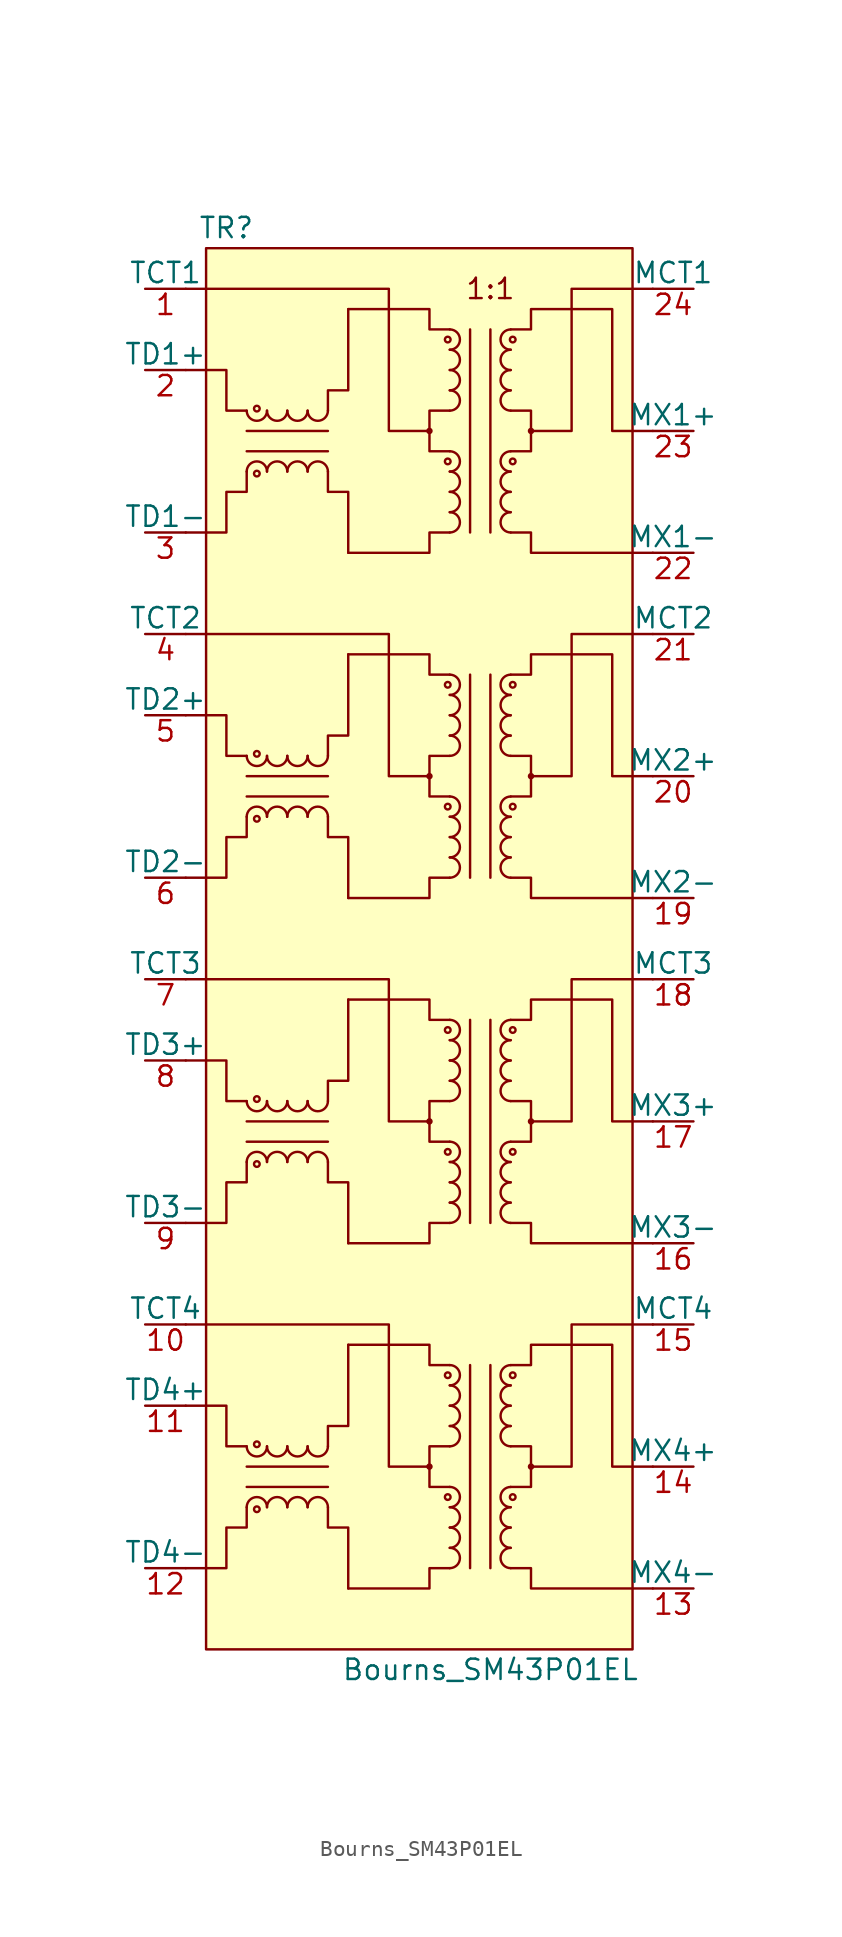
<source format=kicad_sym>
(kicad_symbol_lib
  (version 20231120)
  (generator "kicad_symbol_editor")
  (generator_version "8.0")
  (symbol "Bourns_SM43P01EL"
    (pin_names
      (offset 0))
    (property "Reference" "TR"
      (at -12.7 44.45 0)
      (effects (font (size 1.27 1.27))))
    (property "Value" "Bourns_SM43P01EL"
      (at 3.81 -45.72 0)
      (effects (font (size 1.27 1.27))))
    (symbol "Bourns_SM43P01EL_0_0"
      (rectangle (start -13.97 43.18) (end 12.7 -44.45) (stroke (width 0) (type default)) (fill (type background)))
      (text "1:1" (at 3.81 40.64 0) (effects (font (size 1.27 1.27)))))
    (symbol "Bourns_SM43P01EL_0_1"
      (circle (center 0 -33.02) (radius 0.127) (stroke (width 0) (type default)) (fill (type none)))
      (circle (center 0 -11.43) (radius 0.127) (stroke (width 0) (type default)) (fill (type none)))
      (polyline (pts (xy -6.35 -34.29) (xy -11.43 -34.29)) (stroke (width 0) (type default)) (fill (type none)))
      (polyline (pts (xy -6.35 -33.02) (xy -11.43 -33.02)) (stroke (width 0) (type default)) (fill (type none)))
      (polyline (pts (xy -6.35 -12.7) (xy -11.43 -12.7)) (stroke (width 0) (type default)) (fill (type none)))
      (polyline (pts (xy -6.35 -11.43) (xy -11.43 -11.43)) (stroke (width 0) (type default)) (fill (type none)))
      (polyline (pts (xy -6.35 8.89) (xy -11.43 8.89)) (stroke (width 0) (type default)) (fill (type none)))
      (polyline (pts (xy -6.35 10.16) (xy -11.43 10.16)) (stroke (width 0) (type default)) (fill (type none)))
      (polyline (pts (xy -6.35 30.48) (xy -11.43 30.48)) (stroke (width 0) (type default)) (fill (type none)))
      (polyline (pts (xy -6.35 31.75) (xy -11.43 31.75)) (stroke (width 0) (type default)) (fill (type none)))
      (polyline (pts (xy 2.54 -39.37) (xy 2.54 -26.67)) (stroke (width 0) (type default)) (fill (type none)))
      (polyline (pts (xy 2.54 -17.78) (xy 2.54 -5.08)) (stroke (width 0) (type default)) (fill (type none)))
      (polyline (pts (xy 2.54 3.81) (xy 2.54 16.51)) (stroke (width 0) (type default)) (fill (type none)))
      (polyline (pts (xy 2.54 25.4) (xy 2.54 38.1)) (stroke (width 0) (type default)) (fill (type none)))
      (polyline (pts (xy 3.81 -39.37) (xy 3.81 -26.67)) (stroke (width 0) (type default)) (fill (type none)))
      (polyline (pts (xy 3.81 -17.78) (xy 3.81 -5.08)) (stroke (width 0) (type default)) (fill (type none)))
      (polyline (pts (xy 3.81 3.81) (xy 3.81 16.51)) (stroke (width 0) (type default)) (fill (type none)))
      (polyline (pts (xy 3.81 25.4) (xy 3.81 38.1)) (stroke (width 0) (type default)) (fill (type none)))
      (polyline (pts (xy -11.43 -31.75) (xy -12.7 -31.75) (xy -12.7 -29.21) (xy -15.24 -29.21)) (stroke (width 0) (type default)) (fill (type none)))
      (polyline (pts (xy -11.43 -10.16) (xy -12.7 -10.16) (xy -12.7 -7.62) (xy -15.24 -7.62)) (stroke (width 0) (type default)) (fill (type none)))
      (polyline (pts (xy -11.43 11.43) (xy -12.7 11.43) (xy -12.7 13.97) (xy -15.24 13.97)) (stroke (width 0) (type default)) (fill (type none)))
      (polyline (pts (xy -11.43 33.02) (xy -12.7 33.02) (xy -12.7 35.56) (xy -15.24 35.56)) (stroke (width 0) (type default)) (fill (type none)))
      (polyline (pts (xy -6.35 -35.56) (xy -6.35 -36.83) (xy -5.08 -36.83) (xy -5.08 -40.64)) (stroke (width 0) (type default)) (fill (type none)))
      (polyline (pts (xy -6.35 -31.75) (xy -6.35 -30.48) (xy -5.08 -30.48) (xy -5.08 -25.4)) (stroke (width 0) (type default)) (fill (type none)))
      (polyline (pts (xy -6.35 -13.97) (xy -6.35 -15.24) (xy -5.08 -15.24) (xy -5.08 -19.05)) (stroke (width 0) (type default)) (fill (type none)))
      (polyline (pts (xy -6.35 -10.16) (xy -6.35 -8.89) (xy -5.08 -8.89) (xy -5.08 -3.81)) (stroke (width 0) (type default)) (fill (type none)))
      (polyline (pts (xy -6.35 7.62) (xy -6.35 6.35) (xy -5.08 6.35) (xy -5.08 2.54)) (stroke (width 0) (type default)) (fill (type none)))
      (polyline (pts (xy -6.35 11.43) (xy -6.35 12.7) (xy -5.08 12.7) (xy -5.08 17.78)) (stroke (width 0) (type default)) (fill (type none)))
      (polyline (pts (xy -6.35 29.21) (xy -6.35 27.94) (xy -5.08 27.94) (xy -5.08 24.13)) (stroke (width 0) (type default)) (fill (type none)))
      (polyline (pts (xy -6.35 33.02) (xy -6.35 34.29) (xy -5.08 34.29) (xy -5.08 39.37)) (stroke (width 0) (type default)) (fill (type none)))
      (polyline (pts (xy 0 -33.02) (xy -2.54 -33.02) (xy -2.54 -24.13) (xy -15.24 -24.13)) (stroke (width 0) (type default)) (fill (type none)))
      (polyline (pts (xy 0 -11.43) (xy -2.54 -11.43) (xy -2.54 -2.54) (xy -15.24 -2.54)) (stroke (width 0) (type default)) (fill (type none)))
      (polyline (pts (xy 0 10.16) (xy -2.54 10.16) (xy -2.54 19.05) (xy -15.24 19.05)) (stroke (width 0) (type default)) (fill (type none)))
      (polyline (pts (xy 0 31.75) (xy -2.54 31.75) (xy -2.54 40.64) (xy -15.24 40.64)) (stroke (width 0) (type default)) (fill (type none)))
      (polyline (pts (xy 1.27 -39.37) (xy 0 -39.37) (xy 0 -40.64) (xy -5.08 -40.64)) (stroke (width 0) (type default)) (fill (type none)))
      (polyline (pts (xy 1.27 -34.29) (xy 0 -34.29) (xy 0 -31.75) (xy 1.27 -31.75)) (stroke (width 0) (type default)) (fill (type none)))
      (polyline (pts (xy 1.27 -26.67) (xy 0 -26.67) (xy 0 -25.4) (xy -5.08 -25.4)) (stroke (width 0) (type default)) (fill (type none)))
      (polyline (pts (xy 1.27 -17.78) (xy 0 -17.78) (xy 0 -19.05) (xy -5.08 -19.05)) (stroke (width 0) (type default)) (fill (type none)))
      (polyline (pts (xy 1.27 -12.7) (xy 0 -12.7) (xy 0 -10.16) (xy 1.27 -10.16)) (stroke (width 0) (type default)) (fill (type none)))
      (polyline (pts (xy 1.27 -5.08) (xy 0 -5.08) (xy 0 -3.81) (xy -5.08 -3.81)) (stroke (width 0) (type default)) (fill (type none)))
      (polyline (pts (xy 1.27 3.81) (xy 0 3.81) (xy 0 2.54) (xy -5.08 2.54)) (stroke (width 0) (type default)) (fill (type none)))
      (polyline (pts (xy 1.27 8.89) (xy 0 8.89) (xy 0 11.43) (xy 1.27 11.43)) (stroke (width 0) (type default)) (fill (type none)))
      (polyline (pts (xy 1.27 16.51) (xy 0 16.51) (xy 0 17.78) (xy -5.08 17.78)) (stroke (width 0) (type default)) (fill (type none)))
      (polyline (pts (xy 1.27 25.4) (xy 0 25.4) (xy 0 24.13) (xy -5.08 24.13)) (stroke (width 0) (type default)) (fill (type none)))
      (polyline (pts (xy 1.27 30.48) (xy 0 30.48) (xy 0 33.02) (xy 1.27 33.02)) (stroke (width 0) (type default)) (fill (type none)))
      (polyline (pts (xy 1.27 38.1) (xy 0 38.1) (xy 0 39.37) (xy -5.08 39.37)) (stroke (width 0) (type default)) (fill (type none)))
      (polyline (pts (xy 5.08 -39.37) (xy 6.35 -39.37) (xy 6.35 -40.64) (xy 13.97 -40.64)) (stroke (width 0) (type default)) (fill (type none)))
      (polyline (pts (xy 5.08 -34.29) (xy 6.35 -34.29) (xy 6.35 -31.75) (xy 5.08 -31.75)) (stroke (width 0) (type default)) (fill (type none)))
      (polyline (pts (xy 5.08 -17.78) (xy 6.35 -17.78) (xy 6.35 -19.05) (xy 13.97 -19.05)) (stroke (width 0) (type default)) (fill (type none)))
      (polyline (pts (xy 5.08 -12.7) (xy 6.35 -12.7) (xy 6.35 -10.16) (xy 5.08 -10.16)) (stroke (width 0) (type default)) (fill (type none)))
      (polyline (pts (xy 5.08 3.81) (xy 6.35 3.81) (xy 6.35 2.54) (xy 13.97 2.54)) (stroke (width 0) (type default)) (fill (type none)))
      (polyline (pts (xy 5.08 8.89) (xy 6.35 8.89) (xy 6.35 11.43) (xy 5.08 11.43)) (stroke (width 0) (type default)) (fill (type none)))
      (polyline (pts (xy 5.08 25.4) (xy 6.35 25.4) (xy 6.35 24.13) (xy 13.97 24.13)) (stroke (width 0) (type default)) (fill (type none)))
      (polyline (pts (xy 5.08 30.48) (xy 6.35 30.48) (xy 6.35 33.02) (xy 5.08 33.02)) (stroke (width 0) (type default)) (fill (type none)))
      (polyline (pts (xy 6.35 -33.02) (xy 8.89 -33.02) (xy 8.89 -24.13) (xy 13.97 -24.13)) (stroke (width 0) (type default)) (fill (type none)))
      (polyline (pts (xy 6.35 -11.43) (xy 8.89 -11.43) (xy 8.89 -2.54) (xy 13.97 -2.54)) (stroke (width 0) (type default)) (fill (type none)))
      (polyline (pts (xy 6.35 10.16) (xy 8.89 10.16) (xy 8.89 19.05) (xy 13.97 19.05)) (stroke (width 0) (type default)) (fill (type none)))
      (polyline (pts (xy 6.35 31.75) (xy 8.89 31.75) (xy 8.89 40.64) (xy 13.97 40.64)) (stroke (width 0) (type default)) (fill (type none)))
      (polyline (pts (xy -11.43 -35.56) (xy -11.43 -36.83) (xy -12.7 -36.83) (xy -12.7 -39.37) (xy -15.24 -39.37)) (stroke (width 0) (type default)) (fill (type none)))
      (polyline (pts (xy -11.43 -13.97) (xy -11.43 -15.24) (xy -12.7 -15.24) (xy -12.7 -17.78) (xy -15.24 -17.78)) (stroke (width 0) (type default)) (fill (type none)))
      (polyline (pts (xy -11.43 7.62) (xy -11.43 6.35) (xy -12.7 6.35) (xy -12.7 3.81) (xy -15.24 3.81)) (stroke (width 0) (type default)) (fill (type none)))
      (polyline (pts (xy -11.43 29.21) (xy -11.43 27.94) (xy -12.7 27.94) (xy -12.7 25.4) (xy -15.24 25.4)) (stroke (width 0) (type default)) (fill (type none)))
      (polyline (pts (xy 5.08 -26.67) (xy 6.35 -26.67) (xy 6.35 -25.4) (xy 11.43 -25.4) (xy 11.43 -33.02) (xy 13.97 -33.02)) (stroke (width 0) (type default)) (fill (type none)))
      (polyline (pts (xy 5.08 -5.08) (xy 6.35 -5.08) (xy 6.35 -3.81) (xy 11.43 -3.81) (xy 11.43 -11.43) (xy 13.97 -11.43)) (stroke (width 0) (type default)) (fill (type none)))
      (polyline (pts (xy 5.08 16.51) (xy 6.35 16.51) (xy 6.35 17.78) (xy 11.43 17.78) (xy 11.43 10.16) (xy 13.97 10.16)) (stroke (width 0) (type default)) (fill (type none)))
      (polyline (pts (xy 5.08 38.1) (xy 6.35 38.1) (xy 6.35 39.37) (xy 11.43 39.37) (xy 11.43 31.75) (xy 13.97 31.75)) (stroke (width 0) (type default)) (fill (type none)))
      (circle (center 0 10.16) (radius 0.127) (stroke (width 0) (type default)) (fill (type none)))
      (circle (center 0 31.75) (radius 0.127) (stroke (width 0) (type default)) (fill (type none)))
      (circle (center 6.35 -33.02) (radius 0.127) (stroke (width 0) (type default)) (fill (type none)))
      (circle (center 6.35 -11.43) (radius 0.127) (stroke (width 0) (type default)) (fill (type none)))
      (circle (center 6.35 10.16) (radius 0.127) (stroke (width 0) (type default)) (fill (type none)))
      (circle (center 6.35 31.75) (radius 0.127) (stroke (width 0) (type default)) (fill (type none))))
    (symbol "Bourns_SM43P01EL_1_1"
      (arc (start -11.43 -31.75) (mid -10.795 -32.3822) (end -10.16 -31.75) (stroke (width 0) (type default)) (fill (type none)))
      (arc (start -11.43 -10.16) (mid -10.795 -10.7922) (end -10.16 -10.16) (stroke (width 0) (type default)) (fill (type none)))
      (arc (start -11.43 11.43) (mid -10.795 10.7977) (end -10.16 11.43) (stroke (width 0) (type default)) (fill (type none)))
      (arc (start -11.43 33.02) (mid -10.795 32.3877) (end -10.16 33.02) (stroke (width 0) (type default)) (fill (type none)))
      (circle (center -10.795 -35.687) (radius 0.178) (stroke (width 0) (type default)) (fill (type none)))
      (circle (center -10.795 -31.623) (radius 0.178) (stroke (width 0) (type default)) (fill (type none)))
      (circle (center -10.795 -14.097) (radius 0.178) (stroke (width 0) (type default)) (fill (type none)))
      (circle (center -10.795 -10.033) (radius 0.178) (stroke (width 0) (type default)) (fill (type none)))
      (circle (center -10.795 7.493) (radius 0.178) (stroke (width 0) (type default)) (fill (type none)))
      (circle (center -10.795 11.557) (radius 0.178) (stroke (width 0) (type default)) (fill (type none)))
      (circle (center -10.795 29.083) (radius 0.178) (stroke (width 0) (type default)) (fill (type none)))
      (circle (center -10.795 33.147) (radius 0.178) (stroke (width 0) (type default)) (fill (type none)))
      (arc (start -10.16 -35.56) (mid -10.795 -34.9277) (end -11.43 -35.56) (stroke (width 0) (type default)) (fill (type none)))
      (arc (start -10.16 -31.75) (mid -9.525 -32.3822) (end -8.89 -31.75) (stroke (width 0) (type default)) (fill (type none)))
      (arc (start -10.16 -13.97) (mid -10.795 -13.3377) (end -11.43 -13.97) (stroke (width 0) (type default)) (fill (type none)))
      (arc (start -10.16 -10.16) (mid -9.525 -10.7922) (end -8.89 -10.16) (stroke (width 0) (type default)) (fill (type none)))
      (arc (start -10.16 7.62) (mid -10.795 8.2522) (end -11.43 7.62) (stroke (width 0) (type default)) (fill (type none)))
      (arc (start -10.16 11.43) (mid -9.525 10.7977) (end -8.89 11.43) (stroke (width 0) (type default)) (fill (type none)))
      (arc (start -10.16 29.21) (mid -10.795 29.8422) (end -11.43 29.21) (stroke (width 0) (type default)) (fill (type none)))
      (arc (start -10.16 33.02) (mid -9.525 32.3877) (end -8.89 33.02) (stroke (width 0) (type default)) (fill (type none)))
      (arc (start -8.89 -35.56) (mid -9.525 -34.9277) (end -10.16 -35.56) (stroke (width 0) (type default)) (fill (type none)))
      (arc (start -8.89 -31.75) (mid -8.255 -32.3822) (end -7.62 -31.75) (stroke (width 0) (type default)) (fill (type none)))
      (arc (start -8.89 -13.97) (mid -9.525 -13.3377) (end -10.16 -13.97) (stroke (width 0) (type default)) (fill (type none)))
      (arc (start -8.89 -10.16) (mid -8.255 -10.7922) (end -7.62 -10.16) (stroke (width 0) (type default)) (fill (type none)))
      (arc (start -8.89 7.62) (mid -9.525 8.2522) (end -10.16 7.62) (stroke (width 0) (type default)) (fill (type none)))
      (arc (start -8.89 11.43) (mid -8.255 10.7977) (end -7.62 11.43) (stroke (width 0) (type default)) (fill (type none)))
      (arc (start -8.89 29.21) (mid -9.525 29.8422) (end -10.16 29.21) (stroke (width 0) (type default)) (fill (type none)))
      (arc (start -8.89 33.02) (mid -8.255 32.3877) (end -7.62 33.02) (stroke (width 0) (type default)) (fill (type none)))
      (arc (start -7.62 -35.56) (mid -8.255 -34.9277) (end -8.89 -35.56) (stroke (width 0) (type default)) (fill (type none)))
      (arc (start -7.62 -31.75) (mid -6.985 -32.3822) (end -6.35 -31.75) (stroke (width 0) (type default)) (fill (type none)))
      (arc (start -7.62 -13.97) (mid -8.255 -13.3377) (end -8.89 -13.97) (stroke (width 0) (type default)) (fill (type none)))
      (arc (start -7.62 -10.16) (mid -6.985 -10.7922) (end -6.35 -10.16) (stroke (width 0) (type default)) (fill (type none)))
      (arc (start -7.62 7.62) (mid -8.255 8.2522) (end -8.89 7.62) (stroke (width 0) (type default)) (fill (type none)))
      (arc (start -7.62 11.43) (mid -6.985 10.7977) (end -6.35 11.43) (stroke (width 0) (type default)) (fill (type none)))
      (arc (start -7.62 29.21) (mid -8.255 29.8422) (end -8.89 29.21) (stroke (width 0) (type default)) (fill (type none)))
      (arc (start -7.62 33.02) (mid -6.985 32.3877) (end -6.35 33.02) (stroke (width 0) (type default)) (fill (type none)))
      (arc (start -6.35 -35.56) (mid -6.985 -34.9277) (end -7.62 -35.56) (stroke (width 0) (type default)) (fill (type none)))
      (arc (start -6.35 -13.97) (mid -6.985 -13.3377) (end -7.62 -13.97) (stroke (width 0) (type default)) (fill (type none)))
      (arc (start -6.35 7.62) (mid -6.985 8.2522) (end -7.62 7.62) (stroke (width 0) (type default)) (fill (type none)))
      (arc (start -6.35 29.21) (mid -6.985 29.8422) (end -7.62 29.21) (stroke (width 0) (type default)) (fill (type none)))
      (circle (center 1.143 -34.925) (radius 0.178) (stroke (width 0) (type default)) (fill (type none)))
      (circle (center 1.143 -27.305) (radius 0.178) (stroke (width 0) (type default)) (fill (type none)))
      (circle (center 1.143 -13.335) (radius 0.178) (stroke (width 0) (type default)) (fill (type none)))
      (circle (center 1.143 -5.715) (radius 0.178) (stroke (width 0) (type default)) (fill (type none)))
      (circle (center 1.143 8.255) (radius 0.178) (stroke (width 0) (type default)) (fill (type none)))
      (circle (center 1.143 15.875) (radius 0.178) (stroke (width 0) (type default)) (fill (type none)))
      (circle (center 1.143 29.845) (radius 0.178) (stroke (width 0) (type default)) (fill (type none)))
      (circle (center 1.143 37.465) (radius 0.178) (stroke (width 0) (type default)) (fill (type none)))
      (arc (start 1.27 -39.37) (mid 1.9022 -38.735) (end 1.27 -38.1) (stroke (width 0) (type default)) (fill (type none)))
      (arc (start 1.27 -38.1) (mid 1.9022 -37.465) (end 1.27 -36.83) (stroke (width 0) (type default)) (fill (type none)))
      (arc (start 1.27 -36.83) (mid 1.9022 -36.195) (end 1.27 -35.56) (stroke (width 0) (type default)) (fill (type none)))
      (arc (start 1.27 -35.56) (mid 1.9022 -34.925) (end 1.27 -34.29) (stroke (width 0) (type default)) (fill (type none)))
      (arc (start 1.27 -31.75) (mid 1.9022 -31.115) (end 1.27 -30.48) (stroke (width 0) (type default)) (fill (type none)))
      (arc (start 1.27 -30.48) (mid 1.9022 -29.845) (end 1.27 -29.21) (stroke (width 0) (type default)) (fill (type none)))
      (arc (start 1.27 -29.21) (mid 1.9022 -28.575) (end 1.27 -27.94) (stroke (width 0) (type default)) (fill (type none)))
      (arc (start 1.27 -27.94) (mid 1.9022 -27.305) (end 1.27 -26.67) (stroke (width 0) (type default)) (fill (type none)))
      (arc (start 1.27 -17.78) (mid 1.9022 -17.145) (end 1.27 -16.51) (stroke (width 0) (type default)) (fill (type none)))
      (arc (start 1.27 -16.51) (mid 1.9022 -15.875) (end 1.27 -15.24) (stroke (width 0) (type default)) (fill (type none)))
      (arc (start 1.27 -15.24) (mid 1.9022 -14.605) (end 1.27 -13.97) (stroke (width 0) (type default)) (fill (type none)))
      (arc (start 1.27 -13.97) (mid 1.9022 -13.335) (end 1.27 -12.7) (stroke (width 0) (type default)) (fill (type none)))
      (arc (start 1.27 -10.16) (mid 1.9022 -9.525) (end 1.27 -8.89) (stroke (width 0) (type default)) (fill (type none)))
      (arc (start 1.27 -8.89) (mid 1.9022 -8.255) (end 1.27 -7.62) (stroke (width 0) (type default)) (fill (type none)))
      (arc (start 1.27 -7.62) (mid 1.9022 -6.985) (end 1.27 -6.35) (stroke (width 0) (type default)) (fill (type none)))
      (arc (start 1.27 -6.35) (mid 1.9022 -5.715) (end 1.27 -5.08) (stroke (width 0) (type default)) (fill (type none)))
      (arc (start 1.27 3.81) (mid 1.9022 4.445) (end 1.27 5.08) (stroke (width 0) (type default)) (fill (type none)))
      (arc (start 1.27 5.08) (mid 1.9022 5.715) (end 1.27 6.35) (stroke (width 0) (type default)) (fill (type none)))
      (arc (start 1.27 6.35) (mid 1.9022 6.985) (end 1.27 7.62) (stroke (width 0) (type default)) (fill (type none)))
      (arc (start 1.27 7.62) (mid 1.9022 8.255) (end 1.27 8.89) (stroke (width 0) (type default)) (fill (type none)))
      (arc (start 1.27 11.43) (mid 1.9022 12.065) (end 1.27 12.7) (stroke (width 0) (type default)) (fill (type none)))
      (arc (start 1.27 12.7) (mid 1.9022 13.335) (end 1.27 13.97) (stroke (width 0) (type default)) (fill (type none)))
      (arc (start 1.27 13.97) (mid 1.9022 14.605) (end 1.27 15.24) (stroke (width 0) (type default)) (fill (type none)))
      (arc (start 1.27 15.24) (mid 1.9022 15.875) (end 1.27 16.51) (stroke (width 0) (type default)) (fill (type none)))
      (arc (start 1.27 25.4) (mid 1.9022 26.035) (end 1.27 26.67) (stroke (width 0) (type default)) (fill (type none)))
      (arc (start 1.27 26.67) (mid 1.9022 27.305) (end 1.27 27.94) (stroke (width 0) (type default)) (fill (type none)))
      (arc (start 1.27 27.94) (mid 1.9022 28.575) (end 1.27 29.21) (stroke (width 0) (type default)) (fill (type none)))
      (arc (start 1.27 29.21) (mid 1.9022 29.845) (end 1.27 30.48) (stroke (width 0) (type default)) (fill (type none)))
      (arc (start 1.27 33.02) (mid 1.9022 33.655) (end 1.27 34.29) (stroke (width 0) (type default)) (fill (type none)))
      (arc (start 1.27 34.29) (mid 1.9022 34.925) (end 1.27 35.56) (stroke (width 0) (type default)) (fill (type none)))
      (arc (start 1.27 35.56) (mid 1.9022 36.195) (end 1.27 36.83) (stroke (width 0) (type default)) (fill (type none)))
      (arc (start 1.27 36.83) (mid 1.9022 37.465) (end 1.27 38.1) (stroke (width 0) (type default)) (fill (type none)))
      (arc (start 5.08 -38.1) (mid 4.4477 -38.735) (end 5.08 -39.37) (stroke (width 0) (type default)) (fill (type none)))
      (arc (start 5.08 -36.83) (mid 4.4477 -37.465) (end 5.08 -38.1) (stroke (width 0) (type default)) (fill (type none)))
      (arc (start 5.08 -35.56) (mid 4.4477 -36.195) (end 5.08 -36.83) (stroke (width 0) (type default)) (fill (type none)))
      (arc (start 5.08 -34.29) (mid 4.4477 -34.925) (end 5.08 -35.56) (stroke (width 0) (type default)) (fill (type none)))
      (arc (start 5.08 -30.48) (mid 4.4477 -31.115) (end 5.08 -31.75) (stroke (width 0) (type default)) (fill (type none)))
      (arc (start 5.08 -29.21) (mid 4.4477 -29.845) (end 5.08 -30.48) (stroke (width 0) (type default)) (fill (type none)))
      (arc (start 5.08 -27.94) (mid 4.4477 -28.575) (end 5.08 -29.21) (stroke (width 0) (type default)) (fill (type none)))
      (arc (start 5.08 -26.67) (mid 4.4477 -27.305) (end 5.08 -27.94) (stroke (width 0) (type default)) (fill (type none)))
      (arc (start 5.08 -16.51) (mid 4.4477 -17.145) (end 5.08 -17.78) (stroke (width 0) (type default)) (fill (type none)))
      (arc (start 5.08 -15.24) (mid 4.4477 -15.875) (end 5.08 -16.51) (stroke (width 0) (type default)) (fill (type none)))
      (arc (start 5.08 -13.97) (mid 4.4477 -14.605) (end 5.08 -15.24) (stroke (width 0) (type default)) (fill (type none)))
      (arc (start 5.08 -12.7) (mid 4.4477 -13.335) (end 5.08 -13.97) (stroke (width 0) (type default)) (fill (type none)))
      (arc (start 5.08 -8.89) (mid 4.4477 -9.525) (end 5.08 -10.16) (stroke (width 0) (type default)) (fill (type none)))
      (arc (start 5.08 -7.62) (mid 4.4477 -8.255) (end 5.08 -8.89) (stroke (width 0) (type default)) (fill (type none)))
      (arc (start 5.08 -6.35) (mid 4.4477 -6.985) (end 5.08 -7.62) (stroke (width 0) (type default)) (fill (type none)))
      (arc (start 5.08 -5.08) (mid 4.4477 -5.715) (end 5.08 -6.35) (stroke (width 0) (type default)) (fill (type none)))
      (arc (start 5.08 5.08) (mid 4.4477 4.445) (end 5.08 3.81) (stroke (width 0) (type default)) (fill (type none)))
      (arc (start 5.08 6.35) (mid 4.4477 5.715) (end 5.08 5.08) (stroke (width 0) (type default)) (fill (type none)))
      (arc (start 5.08 7.62) (mid 4.4477 6.985) (end 5.08 6.35) (stroke (width 0) (type default)) (fill (type none)))
      (arc (start 5.08 8.89) (mid 4.4477 8.255) (end 5.08 7.62) (stroke (width 0) (type default)) (fill (type none)))
      (arc (start 5.08 12.7) (mid 4.4477 12.065) (end 5.08 11.43) (stroke (width 0) (type default)) (fill (type none)))
      (arc (start 5.08 13.97) (mid 4.4477 13.335) (end 5.08 12.7) (stroke (width 0) (type default)) (fill (type none)))
      (arc (start 5.08 15.24) (mid 4.4477 14.605) (end 5.08 13.97) (stroke (width 0) (type default)) (fill (type none)))
      (arc (start 5.08 16.51) (mid 4.4477 15.875) (end 5.08 15.24) (stroke (width 0) (type default)) (fill (type none)))
      (arc (start 5.08 26.67) (mid 4.4477 26.035) (end 5.08 25.4) (stroke (width 0) (type default)) (fill (type none)))
      (arc (start 5.08 27.94) (mid 4.4477 27.305) (end 5.08 26.67) (stroke (width 0) (type default)) (fill (type none)))
      (arc (start 5.08 29.21) (mid 4.4477 28.575) (end 5.08 27.94) (stroke (width 0) (type default)) (fill (type none)))
      (arc (start 5.08 30.48) (mid 4.4477 29.845) (end 5.08 29.21) (stroke (width 0) (type default)) (fill (type none)))
      (arc (start 5.08 34.29) (mid 4.4477 33.655) (end 5.08 33.02) (stroke (width 0) (type default)) (fill (type none)))
      (arc (start 5.08 35.56) (mid 4.4477 34.925) (end 5.08 34.29) (stroke (width 0) (type default)) (fill (type none)))
      (arc (start 5.08 36.83) (mid 4.4477 36.195) (end 5.08 35.56) (stroke (width 0) (type default)) (fill (type none)))
      (arc (start 5.08 38.1) (mid 4.4477 37.465) (end 5.08 36.83) (stroke (width 0) (type default)) (fill (type none)))
      (circle (center 5.207 -34.925) (radius 0.178) (stroke (width 0) (type default)) (fill (type none)))
      (circle (center 5.207 -27.305) (radius 0.178) (stroke (width 0) (type default)) (fill (type none)))
      (circle (center 5.207 -13.335) (radius 0.178) (stroke (width 0) (type default)) (fill (type none)))
      (circle (center 5.207 -5.715) (radius 0.178) (stroke (width 0) (type default)) (fill (type none)))
      (circle (center 5.207 8.255) (radius 0.178) (stroke (width 0) (type default)) (fill (type none)))
      (circle (center 5.207 15.875) (radius 0.178) (stroke (width 0) (type default)) (fill (type none)))
      (circle (center 5.207 29.845) (radius 0.178) (stroke (width 0) (type default)) (fill (type none)))
      (circle (center 5.207 37.465) (radius 0.178) (stroke (width 0) (type default)) (fill (type none)))
      (pin passive line (at -17.78 40.64 0) (length 2.54) (name "TCT1" (effects (font (size 1.27 1.27)))) (number "1" (effects (font (size 1.27 1.27)))))
      (pin passive line (at -17.78 -24.13 0) (length 2.54) (name "TCT4" (effects (font (size 1.27 1.27)))) (number "10" (effects (font (size 1.27 1.27)))))
      (pin passive line (at -17.78 -29.21 0) (length 2.54) (name "TD4+" (effects (font (size 1.27 1.27)))) (number "11" (effects (font (size 1.27 1.27)))))
      (pin passive line (at -17.78 -39.37 0) (length 2.54) (name "TD4-" (effects (font (size 1.27 1.27)))) (number "12" (effects (font (size 1.27 1.27)))))
      (pin passive line (at 16.51 -40.64 180) (length 2.54) (name "MX4-" (effects (font (size 1.27 1.27)))) (number "13" (effects (font (size 1.27 1.27)))))
      (pin passive line (at 16.51 -33.02 180) (length 2.54) (name "MX4+" (effects (font (size 1.27 1.27)))) (number "14" (effects (font (size 1.27 1.27)))))
      (pin passive line (at 16.51 -24.13 180) (length 2.54) (name "MCT4" (effects (font (size 1.27 1.27)))) (number "15" (effects (font (size 1.27 1.27)))))
      (pin passive line (at 16.51 -19.05 180) (length 2.54) (name "MX3-" (effects (font (size 1.27 1.27)))) (number "16" (effects (font (size 1.27 1.27)))))
      (pin passive line (at 16.51 -11.43 180) (length 2.54) (name "MX3+" (effects (font (size 1.27 1.27)))) (number "17" (effects (font (size 1.27 1.27)))))
      (pin passive line (at 16.51 -2.54 180) (length 2.54) (name "MCT3" (effects (font (size 1.27 1.27)))) (number "18" (effects (font (size 1.27 1.27)))))
      (pin passive line (at 16.51 2.54 180) (length 2.54) (name "MX2-" (effects (font (size 1.27 1.27)))) (number "19" (effects (font (size 1.27 1.27)))))
      (pin passive line (at -17.78 35.56 0) (length 2.54) (name "TD1+" (effects (font (size 1.27 1.27)))) (number "2" (effects (font (size 1.27 1.27)))))
      (pin passive line (at 16.51 10.16 180) (length 2.54) (name "MX2+" (effects (font (size 1.27 1.27)))) (number "20" (effects (font (size 1.27 1.27)))))
      (pin passive line (at 16.51 19.05 180) (length 2.54) (name "MCT2" (effects (font (size 1.27 1.27)))) (number "21" (effects (font (size 1.27 1.27)))))
      (pin passive line (at 16.51 24.13 180) (length 2.54) (name "MX1-" (effects (font (size 1.27 1.27)))) (number "22" (effects (font (size 1.27 1.27)))))
      (pin passive line (at 16.51 31.75 180) (length 2.54) (name "MX1+" (effects (font (size 1.27 1.27)))) (number "23" (effects (font (size 1.27 1.27)))))
      (pin passive line (at 16.51 40.64 180) (length 2.54) (name "MCT1" (effects (font (size 1.27 1.27)))) (number "24" (effects (font (size 1.27 1.27)))))
      (pin passive line (at -17.78 25.4 0) (length 2.54) (name "TD1-" (effects (font (size 1.27 1.27)))) (number "3" (effects (font (size 1.27 1.27)))))
      (pin passive line (at -17.78 19.05 0) (length 2.54) (name "TCT2" (effects (font (size 1.27 1.27)))) (number "4" (effects (font (size 1.27 1.27)))))
      (pin passive line (at -17.78 13.97 0) (length 2.54) (name "TD2+" (effects (font (size 1.27 1.27)))) (number "5" (effects (font (size 1.27 1.27)))))
      (pin passive line (at -17.78 3.81 0) (length 2.54) (name "TD2-" (effects (font (size 1.27 1.27)))) (number "6" (effects (font (size 1.27 1.27)))))
      (pin passive line (at -17.78 -2.54 0) (length 2.54) (name "TCT3" (effects (font (size 1.27 1.27)))) (number "7" (effects (font (size 1.27 1.27)))))
      (pin passive line (at -17.78 -7.62 0) (length 2.54) (name "TD3+" (effects (font (size 1.27 1.27)))) (number "8" (effects (font (size 1.27 1.27)))))
      (pin passive line (at -17.78 -17.78 0) (length 2.54) (name "TD3-" (effects (font (size 1.27 1.27)))) (number "9" (effects (font (size 1.27 1.27))))))))
</source>
